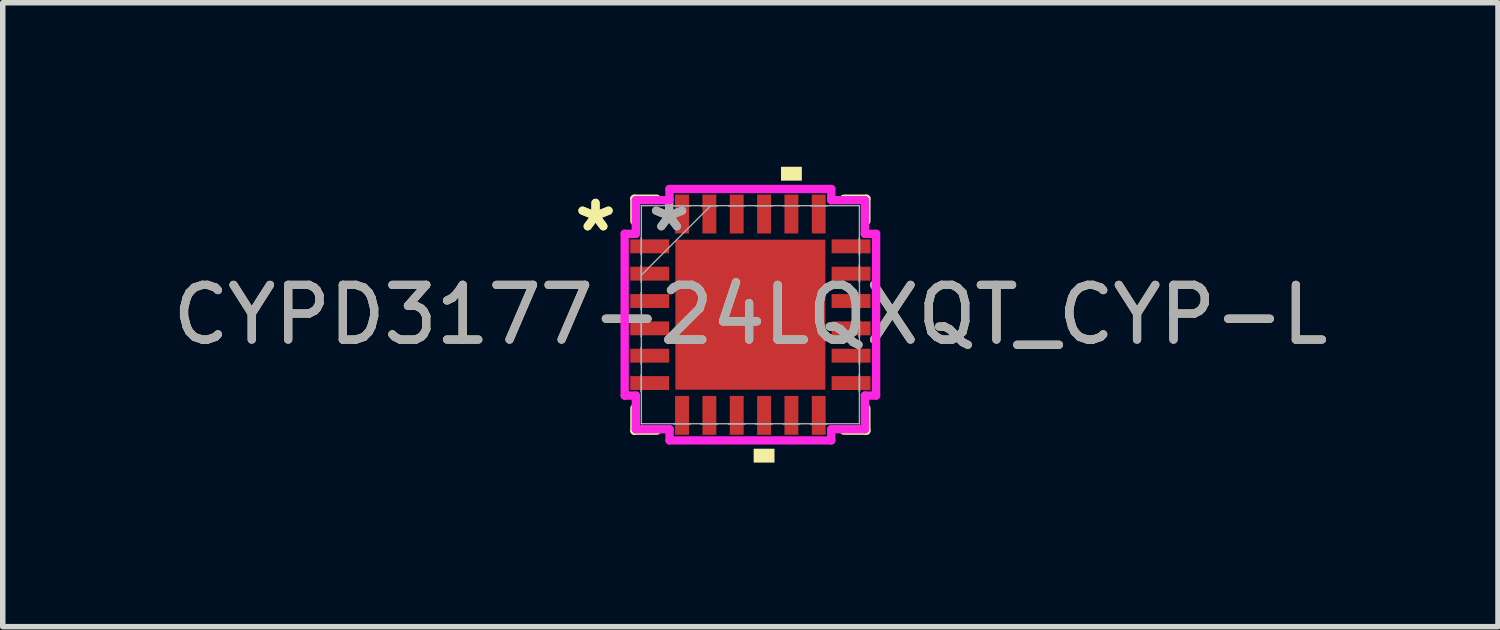
<source format=kicad_pcb>
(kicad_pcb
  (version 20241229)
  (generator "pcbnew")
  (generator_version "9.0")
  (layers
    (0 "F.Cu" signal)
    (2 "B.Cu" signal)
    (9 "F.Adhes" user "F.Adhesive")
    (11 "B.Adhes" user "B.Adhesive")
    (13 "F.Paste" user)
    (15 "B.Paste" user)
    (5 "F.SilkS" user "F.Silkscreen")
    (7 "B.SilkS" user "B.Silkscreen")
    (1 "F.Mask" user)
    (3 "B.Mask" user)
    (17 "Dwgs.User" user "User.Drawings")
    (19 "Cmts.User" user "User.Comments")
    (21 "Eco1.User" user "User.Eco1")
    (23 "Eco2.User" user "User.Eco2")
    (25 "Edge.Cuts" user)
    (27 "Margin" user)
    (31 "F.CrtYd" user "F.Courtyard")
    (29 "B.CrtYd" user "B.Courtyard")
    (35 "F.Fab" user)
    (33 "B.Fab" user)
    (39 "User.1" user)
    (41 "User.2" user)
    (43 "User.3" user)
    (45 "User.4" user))
  (footprint "CYPD3177-24LQXQT_CYP-L"
    (layer "F.Cu")
    (at 10.673 2.705)
    (property "Reference" "CYPD3177-24LQXQT_CYP-L" (at 0 0 0) (unlocked yes) (layer "F.SilkS") (effects (font (size 1 1) (thickness 0.15))))
    (attr smd)
    (fp_line (start -2.121 -2.121) (end -2.121 -1.71) (stroke (width 0.152) (type solid)) (layer "F.SilkS"))
    (fp_line (start -2.121 1.71) (end -2.121 2.121) (stroke (width 0.152) (type solid)) (layer "F.SilkS"))
    (fp_line (start -2.121 2.121) (end -1.71 2.121) (stroke (width 0.152) (type solid)) (layer "F.SilkS"))
    (fp_line (start -1.71 -2.121) (end -2.121 -2.121) (stroke (width 0.152) (type solid)) (layer "F.SilkS"))
    (fp_line (start 1.71 2.121) (end 2.121 2.121) (stroke (width 0.152) (type solid)) (layer "F.SilkS"))
    (fp_line (start 2.121 -2.121) (end 1.71 -2.121) (stroke (width 0.152) (type solid)) (layer "F.SilkS"))
    (fp_line (start 2.121 -1.71) (end 2.121 -2.121) (stroke (width 0.152) (type solid)) (layer "F.SilkS"))
    (fp_line (start 2.121 2.121) (end 2.121 1.71) (stroke (width 0.152) (type solid)) (layer "F.SilkS"))
    (fp_poly (pts (xy 0.06 2.451) (xy 0.06 2.705) (xy 0.441 2.705) (xy 0.441 2.451)) (stroke (width 0) (type solid)) (fill yes) (layer "F.SilkS"))
    (fp_poly (pts (xy 0.56 -2.451) (xy 0.56 -2.705) (xy 0.941 -2.705) (xy 0.941 -2.451)) (stroke (width 0) (type solid)) (fill yes) (layer "F.SilkS"))
    (fp_poly (pts (xy -1.272 -1.272) (xy -1.272 -0.1) (xy -0.1 -0.1) (xy -0.1 -1.272)) (stroke (width 0) (type solid)) (fill yes) (layer "F.Paste"))
    (fp_poly (pts (xy -1.272 0.1) (xy -1.272 1.272) (xy -0.1 1.272) (xy -0.1 0.1)) (stroke (width 0) (type solid)) (fill yes) (layer "F.Paste"))
    (fp_poly (pts (xy 0.1 -1.272) (xy 0.1 -0.1) (xy 1.272 -0.1) (xy 1.272 -1.272)) (stroke (width 0) (type solid)) (fill yes) (layer "F.Paste"))
    (fp_poly (pts (xy 0.1 0.1) (xy 0.1 1.272) (xy 1.272 1.272) (xy 1.272 0.1)) (stroke (width 0) (type solid)) (fill yes) (layer "F.Paste"))
    (fp_line (start -2.299 -1.479) (end -2.095 -1.479) (stroke (width 0.152) (type solid)) (layer "F.CrtYd"))
    (fp_line (start -2.299 1.479) (end -2.299 -1.479) (stroke (width 0.152) (type solid)) (layer "F.CrtYd"))
    (fp_line (start -2.095 -2.095) (end -1.479 -2.095) (stroke (width 0.152) (type solid)) (layer "F.CrtYd"))
    (fp_line (start -2.095 -1.479) (end -2.095 -2.095) (stroke (width 0.152) (type solid)) (layer "F.CrtYd"))
    (fp_line (start -2.095 1.479) (end -2.299 1.479) (stroke (width 0.152) (type solid)) (layer "F.CrtYd"))
    (fp_line (start -2.095 2.095) (end -2.095 1.479) (stroke (width 0.152) (type solid)) (layer "F.CrtYd"))
    (fp_line (start -1.479 -2.299) (end 1.479 -2.299) (stroke (width 0.152) (type solid)) (layer "F.CrtYd"))
    (fp_line (start -1.479 -2.095) (end -1.479 -2.299) (stroke (width 0.152) (type solid)) (layer "F.CrtYd"))
    (fp_line (start -1.479 2.095) (end -2.095 2.095) (stroke (width 0.152) (type solid)) (layer "F.CrtYd"))
    (fp_line (start -1.479 2.299) (end -1.479 2.095) (stroke (width 0.152) (type solid)) (layer "F.CrtYd"))
    (fp_line (start 1.479 -2.299) (end 1.479 -2.095) (stroke (width 0.152) (type solid)) (layer "F.CrtYd"))
    (fp_line (start 1.479 -2.095) (end 2.095 -2.095) (stroke (width 0.152) (type solid)) (layer "F.CrtYd"))
    (fp_line (start 1.479 2.095) (end 1.479 2.299) (stroke (width 0.152) (type solid)) (layer "F.CrtYd"))
    (fp_line (start 1.479 2.299) (end -1.479 2.299) (stroke (width 0.152) (type solid)) (layer "F.CrtYd"))
    (fp_line (start 2.095 -2.095) (end 2.095 -1.479) (stroke (width 0.152) (type solid)) (layer "F.CrtYd"))
    (fp_line (start 2.095 -1.479) (end 2.299 -1.479) (stroke (width 0.152) (type solid)) (layer "F.CrtYd"))
    (fp_line (start 2.095 1.479) (end 2.095 2.095) (stroke (width 0.152) (type solid)) (layer "F.CrtYd"))
    (fp_line (start 2.095 2.095) (end 1.479 2.095) (stroke (width 0.152) (type solid)) (layer "F.CrtYd"))
    (fp_line (start 2.299 -1.479) (end 2.299 1.479) (stroke (width 0.152) (type solid)) (layer "F.CrtYd"))
    (fp_line (start 2.299 1.479) (end 2.095 1.479) (stroke (width 0.152) (type solid)) (layer "F.CrtYd"))
    (fp_line (start -1.994 -1.994) (end -1.994 -1.994) (stroke (width 0.025) (type solid)) (layer "F.Fab"))
    (fp_line (start -1.994 -1.994) (end -1.994 1.994) (stroke (width 0.025) (type solid)) (layer "F.Fab"))
    (fp_line (start -1.994 -1.403) (end -1.994 -1.403) (stroke (width 0.025) (type solid)) (layer "F.Fab"))
    (fp_line (start -1.994 -1.403) (end -1.994 -1.098) (stroke (width 0.025) (type solid)) (layer "F.Fab"))
    (fp_line (start -1.994 -1.098) (end -1.994 -1.403) (stroke (width 0.025) (type solid)) (layer "F.Fab"))
    (fp_line (start -1.994 -1.098) (end -1.994 -1.098) (stroke (width 0.025) (type solid)) (layer "F.Fab"))
    (fp_line (start -1.994 -0.903) (end -1.994 -0.903) (stroke (width 0.025) (type solid)) (layer "F.Fab"))
    (fp_line (start -1.994 -0.903) (end -1.994 -0.598) (stroke (width 0.025) (type solid)) (layer "F.Fab"))
    (fp_line (start -1.994 -0.724) (end -0.724 -1.994) (stroke (width 0.025) (type solid)) (layer "F.Fab"))
    (fp_line (start -1.994 -0.598) (end -1.994 -0.903) (stroke (width 0.025) (type solid)) (layer "F.Fab"))
    (fp_line (start -1.994 -0.598) (end -1.994 -0.598) (stroke (width 0.025) (type solid)) (layer "F.Fab"))
    (fp_line (start -1.994 -0.402) (end -1.994 -0.402) (stroke (width 0.025) (type solid)) (layer "F.Fab"))
    (fp_line (start -1.994 -0.402) (end -1.994 -0.098) (stroke (width 0.025) (type solid)) (layer "F.Fab"))
    (fp_line (start -1.994 -0.098) (end -1.994 -0.402) (stroke (width 0.025) (type solid)) (layer "F.Fab"))
    (fp_line (start -1.994 -0.098) (end -1.994 -0.098) (stroke (width 0.025) (type solid)) (layer "F.Fab"))
    (fp_line (start -1.994 0.098) (end -1.994 0.098) (stroke (width 0.025) (type solid)) (layer "F.Fab"))
    (fp_line (start -1.994 0.098) (end -1.994 0.402) (stroke (width 0.025) (type solid)) (layer "F.Fab"))
    (fp_line (start -1.994 0.402) (end -1.994 0.098) (stroke (width 0.025) (type solid)) (layer "F.Fab"))
    (fp_line (start -1.994 0.402) (end -1.994 0.402) (stroke (width 0.025) (type solid)) (layer "F.Fab"))
    (fp_line (start -1.994 0.598) (end -1.994 0.598) (stroke (width 0.025) (type solid)) (layer "F.Fab"))
    (fp_line (start -1.994 0.598) (end -1.994 0.903) (stroke (width 0.025) (type solid)) (layer "F.Fab"))
    (fp_line (start -1.994 0.903) (end -1.994 0.598) (stroke (width 0.025) (type solid)) (layer "F.Fab"))
    (fp_line (start -1.994 0.903) (end -1.994 0.903) (stroke (width 0.025) (type solid)) (layer "F.Fab"))
    (fp_line (start -1.994 1.098) (end -1.994 1.098) (stroke (width 0.025) (type solid)) (layer "F.Fab"))
    (fp_line (start -1.994 1.098) (end -1.994 1.403) (stroke (width 0.025) (type solid)) (layer "F.Fab"))
    (fp_line (start -1.994 1.403) (end -1.994 1.098) (stroke (width 0.025) (type solid)) (layer "F.Fab"))
    (fp_line (start -1.994 1.403) (end -1.994 1.403) (stroke (width 0.025) (type solid)) (layer "F.Fab"))
    (fp_line (start -1.994 1.994) (end -1.994 1.994) (stroke (width 0.025) (type solid)) (layer "F.Fab"))
    (fp_line (start -1.994 1.994) (end 1.994 1.994) (stroke (width 0.025) (type solid)) (layer "F.Fab"))
    (fp_line (start -1.403 -1.994) (end -1.403 -1.994) (stroke (width 0.025) (type solid)) (layer "F.Fab"))
    (fp_line (start -1.403 -1.994) (end -1.098 -1.994) (stroke (width 0.025) (type solid)) (layer "F.Fab"))
    (fp_line (start -1.403 1.994) (end -1.403 1.994) (stroke (width 0.025) (type solid)) (layer "F.Fab"))
    (fp_line (start -1.403 1.994) (end -1.098 1.994) (stroke (width 0.025) (type solid)) (layer "F.Fab"))
    (fp_line (start -1.098 -1.994) (end -1.403 -1.994) (stroke (width 0.025) (type solid)) (layer "F.Fab"))
    (fp_line (start -1.098 -1.994) (end -1.098 -1.994) (stroke (width 0.025) (type solid)) (layer "F.Fab"))
    (fp_line (start -1.098 1.994) (end -1.403 1.994) (stroke (width 0.025) (type solid)) (layer "F.Fab"))
    (fp_line (start -1.098 1.994) (end -1.098 1.994) (stroke (width 0.025) (type solid)) (layer "F.Fab"))
    (fp_line (start -0.903 -1.994) (end -0.903 -1.994) (stroke (width 0.025) (type solid)) (layer "F.Fab"))
    (fp_line (start -0.903 -1.994) (end -0.598 -1.994) (stroke (width 0.025) (type solid)) (layer "F.Fab"))
    (fp_line (start -0.903 1.994) (end -0.903 1.994) (stroke (width 0.025) (type solid)) (layer "F.Fab"))
    (fp_line (start -0.903 1.994) (end -0.598 1.994) (stroke (width 0.025) (type solid)) (layer "F.Fab"))
    (fp_line (start -0.598 -1.994) (end -0.903 -1.994) (stroke (width 0.025) (type solid)) (layer "F.Fab"))
    (fp_line (start -0.598 -1.994) (end -0.598 -1.994) (stroke (width 0.025) (type solid)) (layer "F.Fab"))
    (fp_line (start -0.598 1.994) (end -0.903 1.994) (stroke (width 0.025) (type solid)) (layer "F.Fab"))
    (fp_line (start -0.598 1.994) (end -0.598 1.994) (stroke (width 0.025) (type solid)) (layer "F.Fab"))
    (fp_line (start -0.402 -1.994) (end -0.402 -1.994) (stroke (width 0.025) (type solid)) (layer "F.Fab"))
    (fp_line (start -0.402 -1.994) (end -0.098 -1.994) (stroke (width 0.025) (type solid)) (layer "F.Fab"))
    (fp_line (start -0.402 1.994) (end -0.402 1.994) (stroke (width 0.025) (type solid)) (layer "F.Fab"))
    (fp_line (start -0.402 1.994) (end -0.098 1.994) (stroke (width 0.025) (type solid)) (layer "F.Fab"))
    (fp_line (start -0.098 -1.994) (end -0.402 -1.994) (stroke (width 0.025) (type solid)) (layer "F.Fab"))
    (fp_line (start -0.098 -1.994) (end -0.098 -1.994) (stroke (width 0.025) (type solid)) (layer "F.Fab"))
    (fp_line (start -0.098 1.994) (end -0.402 1.994) (stroke (width 0.025) (type solid)) (layer "F.Fab"))
    (fp_line (start -0.098 1.994) (end -0.098 1.994) (stroke (width 0.025) (type solid)) (layer "F.Fab"))
    (fp_line (start 0.098 -1.994) (end 0.098 -1.994) (stroke (width 0.025) (type solid)) (layer "F.Fab"))
    (fp_line (start 0.098 -1.994) (end 0.402 -1.994) (stroke (width 0.025) (type solid)) (layer "F.Fab"))
    (fp_line (start 0.098 1.994) (end 0.098 1.994) (stroke (width 0.025) (type solid)) (layer "F.Fab"))
    (fp_line (start 0.098 1.994) (end 0.402 1.994) (stroke (width 0.025) (type solid)) (layer "F.Fab"))
    (fp_line (start 0.402 -1.994) (end 0.098 -1.994) (stroke (width 0.025) (type solid)) (layer "F.Fab"))
    (fp_line (start 0.402 -1.994) (end 0.402 -1.994) (stroke (width 0.025) (type solid)) (layer "F.Fab"))
    (fp_line (start 0.402 1.994) (end 0.098 1.994) (stroke (width 0.025) (type solid)) (layer "F.Fab"))
    (fp_line (start 0.402 1.994) (end 0.402 1.994) (stroke (width 0.025) (type solid)) (layer "F.Fab"))
    (fp_line (start 0.598 -1.994) (end 0.598 -1.994) (stroke (width 0.025) (type solid)) (layer "F.Fab"))
    (fp_line (start 0.598 -1.994) (end 0.903 -1.994) (stroke (width 0.025) (type solid)) (layer "F.Fab"))
    (fp_line (start 0.598 1.994) (end 0.598 1.994) (stroke (width 0.025) (type solid)) (layer "F.Fab"))
    (fp_line (start 0.598 1.994) (end 0.903 1.994) (stroke (width 0.025) (type solid)) (layer "F.Fab"))
    (fp_line (start 0.903 -1.994) (end 0.598 -1.994) (stroke (width 0.025) (type solid)) (layer "F.Fab"))
    (fp_line (start 0.903 -1.994) (end 0.903 -1.994) (stroke (width 0.025) (type solid)) (layer "F.Fab"))
    (fp_line (start 0.903 1.994) (end 0.598 1.994) (stroke (width 0.025) (type solid)) (layer "F.Fab"))
    (fp_line (start 0.903 1.994) (end 0.903 1.994) (stroke (width 0.025) (type solid)) (layer "F.Fab"))
    (fp_line (start 1.098 -1.994) (end 1.098 -1.994) (stroke (width 0.025) (type solid)) (layer "F.Fab"))
    (fp_line (start 1.098 -1.994) (end 1.403 -1.994) (stroke (width 0.025) (type solid)) (layer "F.Fab"))
    (fp_line (start 1.098 1.994) (end 1.098 1.994) (stroke (width 0.025) (type solid)) (layer "F.Fab"))
    (fp_line (start 1.098 1.994) (end 1.403 1.994) (stroke (width 0.025) (type solid)) (layer "F.Fab"))
    (fp_line (start 1.403 -1.994) (end 1.098 -1.994) (stroke (width 0.025) (type solid)) (layer "F.Fab"))
    (fp_line (start 1.403 -1.994) (end 1.403 -1.994) (stroke (width 0.025) (type solid)) (layer "F.Fab"))
    (fp_line (start 1.403 1.994) (end 1.098 1.994) (stroke (width 0.025) (type solid)) (layer "F.Fab"))
    (fp_line (start 1.403 1.994) (end 1.403 1.994) (stroke (width 0.025) (type solid)) (layer "F.Fab"))
    (fp_line (start 1.994 -1.994) (end -1.994 -1.994) (stroke (width 0.025) (type solid)) (layer "F.Fab"))
    (fp_line (start 1.994 -1.994) (end 1.994 -1.994) (stroke (width 0.025) (type solid)) (layer "F.Fab"))
    (fp_line (start 1.994 -1.403) (end 1.994 -1.403) (stroke (width 0.025) (type solid)) (layer "F.Fab"))
    (fp_line (start 1.994 -1.403) (end 1.994 -1.098) (stroke (width 0.025) (type solid)) (layer "F.Fab"))
    (fp_line (start 1.994 -1.098) (end 1.994 -1.403) (stroke (width 0.025) (type solid)) (layer "F.Fab"))
    (fp_line (start 1.994 -1.098) (end 1.994 -1.098) (stroke (width 0.025) (type solid)) (layer "F.Fab"))
    (fp_line (start 1.994 -0.903) (end 1.994 -0.903) (stroke (width 0.025) (type solid)) (layer "F.Fab"))
    (fp_line (start 1.994 -0.903) (end 1.994 -0.598) (stroke (width 0.025) (type solid)) (layer "F.Fab"))
    (fp_line (start 1.994 -0.598) (end 1.994 -0.903) (stroke (width 0.025) (type solid)) (layer "F.Fab"))
    (fp_line (start 1.994 -0.598) (end 1.994 -0.598) (stroke (width 0.025) (type solid)) (layer "F.Fab"))
    (fp_line (start 1.994 -0.402) (end 1.994 -0.402) (stroke (width 0.025) (type solid)) (layer "F.Fab"))
    (fp_line (start 1.994 -0.402) (end 1.994 -0.098) (stroke (width 0.025) (type solid)) (layer "F.Fab"))
    (fp_line (start 1.994 -0.098) (end 1.994 -0.402) (stroke (width 0.025) (type solid)) (layer "F.Fab"))
    (fp_line (start 1.994 -0.098) (end 1.994 -0.098) (stroke (width 0.025) (type solid)) (layer "F.Fab"))
    (fp_line (start 1.994 0.098) (end 1.994 0.098) (stroke (width 0.025) (type solid)) (layer "F.Fab"))
    (fp_line (start 1.994 0.098) (end 1.994 0.402) (stroke (width 0.025) (type solid)) (layer "F.Fab"))
    (fp_line (start 1.994 0.402) (end 1.994 0.098) (stroke (width 0.025) (type solid)) (layer "F.Fab"))
    (fp_line (start 1.994 0.402) (end 1.994 0.402) (stroke (width 0.025) (type solid)) (layer "F.Fab"))
    (fp_line (start 1.994 0.598) (end 1.994 0.598) (stroke (width 0.025) (type solid)) (layer "F.Fab"))
    (fp_line (start 1.994 0.598) (end 1.994 0.903) (stroke (width 0.025) (type solid)) (layer "F.Fab"))
    (fp_line (start 1.994 0.903) (end 1.994 0.598) (stroke (width 0.025) (type solid)) (layer "F.Fab"))
    (fp_line (start 1.994 0.903) (end 1.994 0.903) (stroke (width 0.025) (type solid)) (layer "F.Fab"))
    (fp_line (start 1.994 1.098) (end 1.994 1.098) (stroke (width 0.025) (type solid)) (layer "F.Fab"))
    (fp_line (start 1.994 1.098) (end 1.994 1.403) (stroke (width 0.025) (type solid)) (layer "F.Fab"))
    (fp_line (start 1.994 1.403) (end 1.994 1.098) (stroke (width 0.025) (type solid)) (layer "F.Fab"))
    (fp_line (start 1.994 1.403) (end 1.994 1.403) (stroke (width 0.025) (type solid)) (layer "F.Fab"))
    (fp_line (start 1.994 1.994) (end 1.994 -1.994) (stroke (width 0.025) (type solid)) (layer "F.Fab"))
    (fp_line (start 1.994 1.994) (end 1.994 1.994) (stroke (width 0.025) (type solid)) (layer "F.Fab"))
    (fp_text user "*" (at -2.832 -1.5 0) (layer "F.SilkS") (effects (font (size 1 1) (thickness 0.15))))
    (fp_text user "*" (at -2.832 -1.5 0) (unlocked yes) (layer "F.SilkS") (effects (font (size 1 1) (thickness 0.15))))
    (fp_text user "*" (at -1.486 -1.5 0) (layer "F.Fab") (effects (font (size 1 1) (thickness 0.15))))
    (fp_text user "*" (at -1.486 -1.5 0) (unlocked yes) (layer "F.Fab") (effects (font (size 1 1) (thickness 0.15))))
    (fp_text user "${REFERENCE}" (at 0 0 0) (unlocked yes) (layer "F.Fab") (effects (font (size 1 1) (thickness 0.15))))
    (pad "1" smd rect (at -1.841 -1.25 90) (size 0.254 0.711) (layers "F.Cu" "F.Mask" "F.Paste"))
    (pad "2" smd rect (at -1.841 -0.75 90) (size 0.254 0.711) (layers "F.Cu" "F.Mask" "F.Paste"))
    (pad "3" smd rect (at -1.841 -0.25 90) (size 0.254 0.711) (layers "F.Cu" "F.Mask" "F.Paste"))
    (pad "4" smd rect (at -1.841 0.25 90) (size 0.254 0.711) (layers "F.Cu" "F.Mask" "F.Paste"))
    (pad "5" smd rect (at -1.841 0.75 90) (size 0.254 0.711) (layers "F.Cu" "F.Mask" "F.Paste"))
    (pad "6" smd rect (at -1.841 1.25 90) (size 0.254 0.711) (layers "F.Cu" "F.Mask" "F.Paste"))
    (pad "7" smd rect (at -1.25 1.841) (size 0.254 0.711) (layers "F.Cu" "F.Mask" "F.Paste"))
    (pad "8" smd rect (at -0.75 1.841) (size 0.254 0.711) (layers "F.Cu" "F.Mask" "F.Paste"))
    (pad "9" smd rect (at -0.25 1.841) (size 0.254 0.711) (layers "F.Cu" "F.Mask" "F.Paste"))
    (pad "10" smd rect (at 0.25 1.841) (size 0.254 0.711) (layers "F.Cu" "F.Mask" "F.Paste"))
    (pad "11" smd rect (at 0.75 1.841) (size 0.254 0.711) (layers "F.Cu" "F.Mask" "F.Paste"))
    (pad "12" smd rect (at 1.25 1.841) (size 0.254 0.711) (layers "F.Cu" "F.Mask" "F.Paste"))
    (pad "13" smd rect (at 1.841 1.25 90) (size 0.254 0.711) (layers "F.Cu" "F.Mask" "F.Paste"))
    (pad "14" smd rect (at 1.841 0.75 90) (size 0.254 0.711) (layers "F.Cu" "F.Mask" "F.Paste"))
    (pad "15" smd rect (at 1.841 0.25 90) (size 0.254 0.711) (layers "F.Cu" "F.Mask" "F.Paste"))
    (pad "16" smd rect (at 1.841 -0.25 90) (size 0.254 0.711) (layers "F.Cu" "F.Mask" "F.Paste"))
    (pad "17" smd rect (at 1.841 -0.75 90) (size 0.254 0.711) (layers "F.Cu" "F.Mask" "F.Paste"))
    (pad "18" smd rect (at 1.841 -1.25 90) (size 0.254 0.711) (layers "F.Cu" "F.Mask" "F.Paste"))
    (pad "19" smd rect (at 1.25 -1.841) (size 0.254 0.711) (layers "F.Cu" "F.Mask" "F.Paste"))
    (pad "20" smd rect (at 0.75 -1.841) (size 0.254 0.711) (layers "F.Cu" "F.Mask" "F.Paste"))
    (pad "21" smd rect (at 0.25 -1.841) (size 0.254 0.711) (layers "F.Cu" "F.Mask" "F.Paste"))
    (pad "22" smd rect (at -0.25 -1.841) (size 0.254 0.711) (layers "F.Cu" "F.Mask" "F.Paste"))
    (pad "23" smd rect (at -0.75 -1.841) (size 0.254 0.711) (layers "F.Cu" "F.Mask" "F.Paste"))
    (pad "24" smd rect (at -1.25 -1.841) (size 0.254 0.711) (layers "F.Cu" "F.Mask" "F.Paste"))
    (pad "25" smd rect (at 0 0) (size 2.743 2.743) (layers "F.Cu" "F.Mask")))
  (gr_rect
    (start -3 -3)
    (end 24.345 8.41)
    (stroke (width 0.1) (type default))
    (fill no)
    (layer "Edge.Cuts")))
</source>
